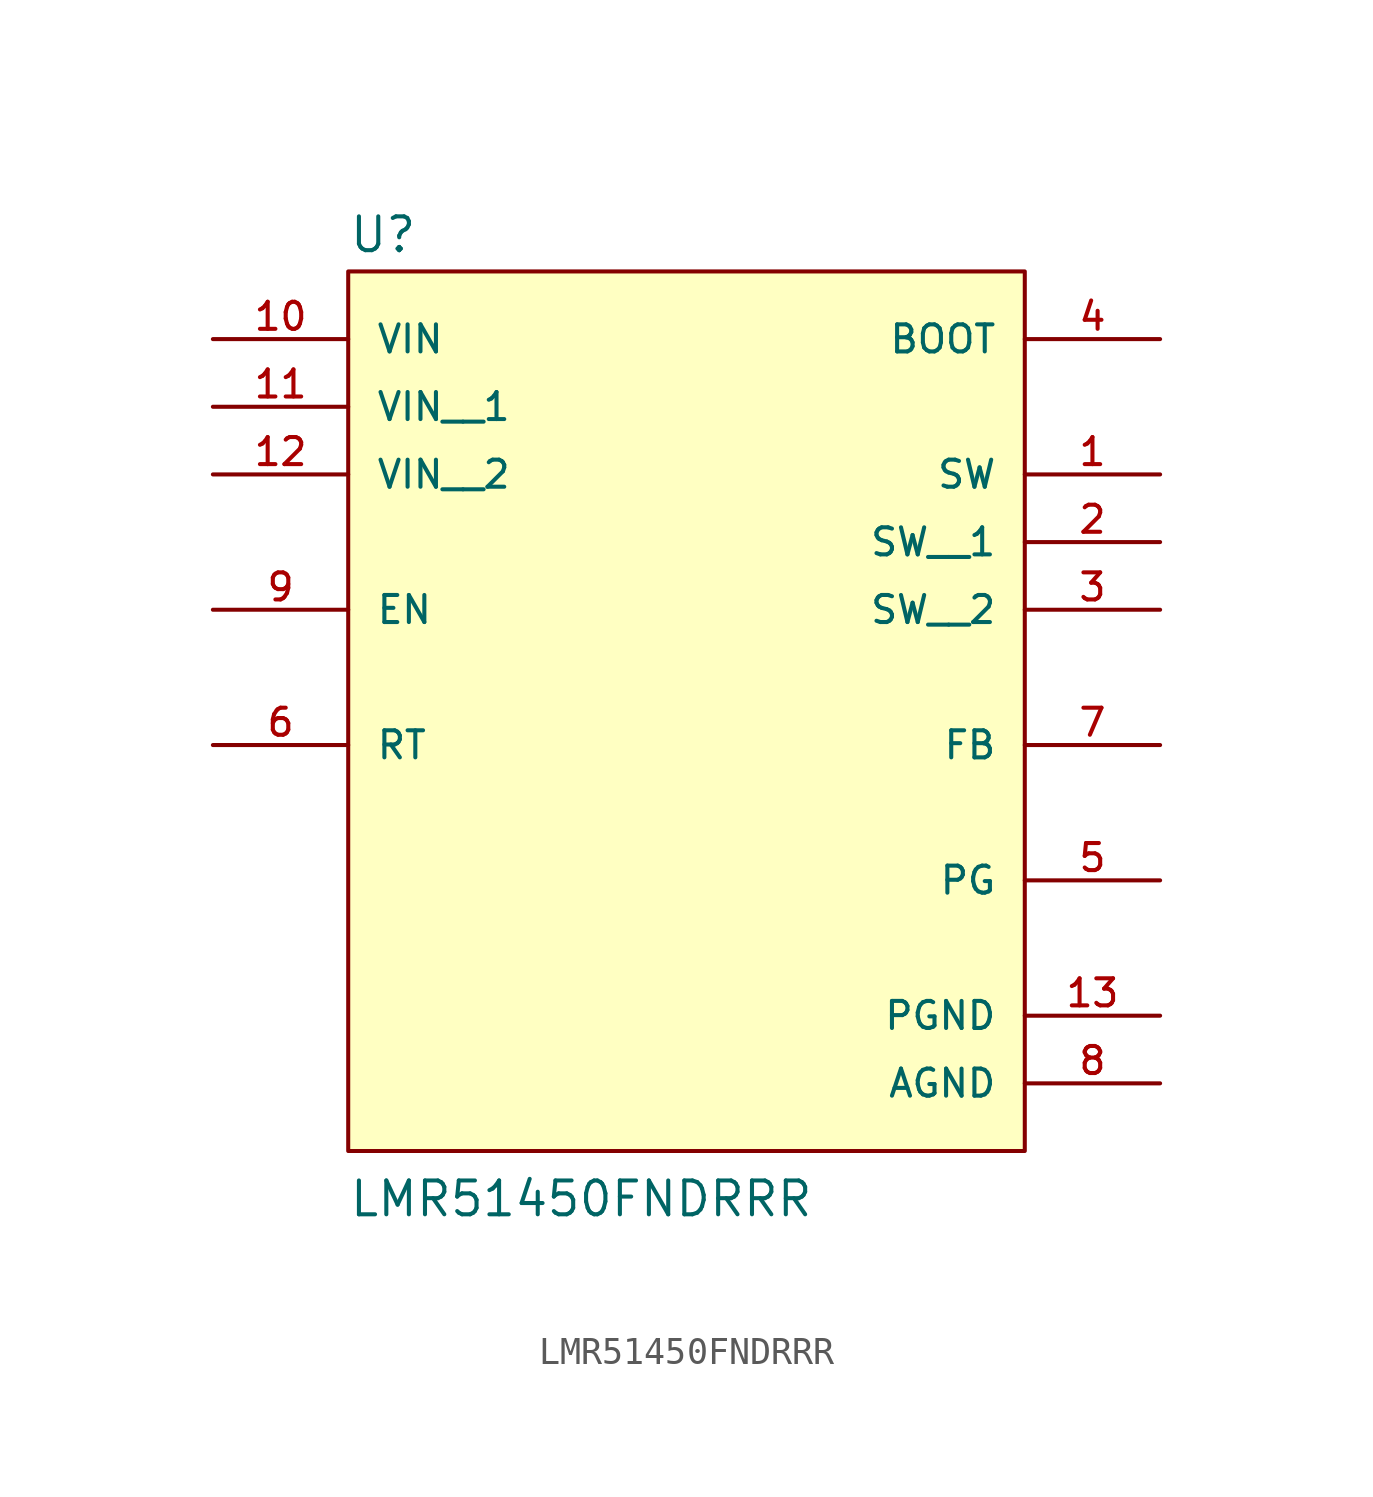
<source format=kicad_sym>
(kicad_symbol_lib
  (version 20211014)
  (generator kicad_symbol_editor)
  (symbol "LMR51450FNDRRR"
    (pin_names
      (offset 1.016))
    (property "Reference" "U"
      (at -12.7 13.335 0)
      (effects (font (size 1.27 1.27)) (justify bottom left)))
    (property "Value" "LMR51450FNDRRR"
      (at -12.7 -22.86 0)
      (effects (font (size 1.27 1.27)) (justify bottom left)))
    (symbol "LMR51450FNDRRR_0_0"
      (rectangle (start -12.7 -20.32) (end 12.7 12.7) (stroke (width 0.152)) (fill (type background)))
      (pin input line (at -17.78 0.0 0) (length 5.08) (name "EN" (effects (font (size 1.016 1.016)))) (number "9" (effects (font (size 1.016 1.016)))))
      (pin output line (at 17.78 5.08 180.0) (length 5.08) (name "SW" (effects (font (size 1.016 1.016)))) (number "1" (effects (font (size 1.016 1.016)))))
      (pin output line (at 17.78 -10.16 180.0) (length 5.08) (name "PG" (effects (font (size 1.016 1.016)))) (number "5" (effects (font (size 1.016 1.016)))))
      (pin passive line (at 17.78 10.16 180.0) (length 5.08) (name "BOOT" (effects (font (size 1.016 1.016)))) (number "4" (effects (font (size 1.016 1.016)))))
      (pin input line (at 17.78 -5.08 180.0) (length 5.08) (name "FB" (effects (font (size 1.016 1.016)))) (number "7" (effects (font (size 1.016 1.016)))))
      (pin input line (at -17.78 10.16 0) (length 5.08) (name "VIN" (effects (font (size 1.016 1.016)))) (number "10" (effects (font (size 1.016 1.016)))))
      (pin power_in line (at 17.78 -15.24 180.0) (length 5.08) (name "PGND" (effects (font (size 1.016 1.016)))) (number "13" (effects (font (size 1.016 1.016)))))
      (pin input line (at -17.78 -5.08 0) (length 5.08) (name "RT" (effects (font (size 1.016 1.016)))) (number "6" (effects (font (size 1.016 1.016)))))
      (pin power_in line (at 17.78 -17.78 180.0) (length 5.08) (name "AGND" (effects (font (size 1.016 1.016)))) (number "8" (effects (font (size 1.016 1.016)))))
      (pin input line (at -17.78 7.62 0) (length 5.08) (name "VIN__1" (effects (font (size 1.016 1.016)))) (number "11" (effects (font (size 1.016 1.016)))))
      (pin input line (at -17.78 5.08 0) (length 5.08) (name "VIN__2" (effects (font (size 1.016 1.016)))) (number "12" (effects (font (size 1.016 1.016)))))
      (pin output line (at 17.78 2.54 180.0) (length 5.08) (name "SW__1" (effects (font (size 1.016 1.016)))) (number "2" (effects (font (size 1.016 1.016)))))
      (pin output line (at 17.78 0.0 180.0) (length 5.08) (name "SW__2" (effects (font (size 1.016 1.016)))) (number "3" (effects (font (size 1.016 1.016))))))))
</source>
